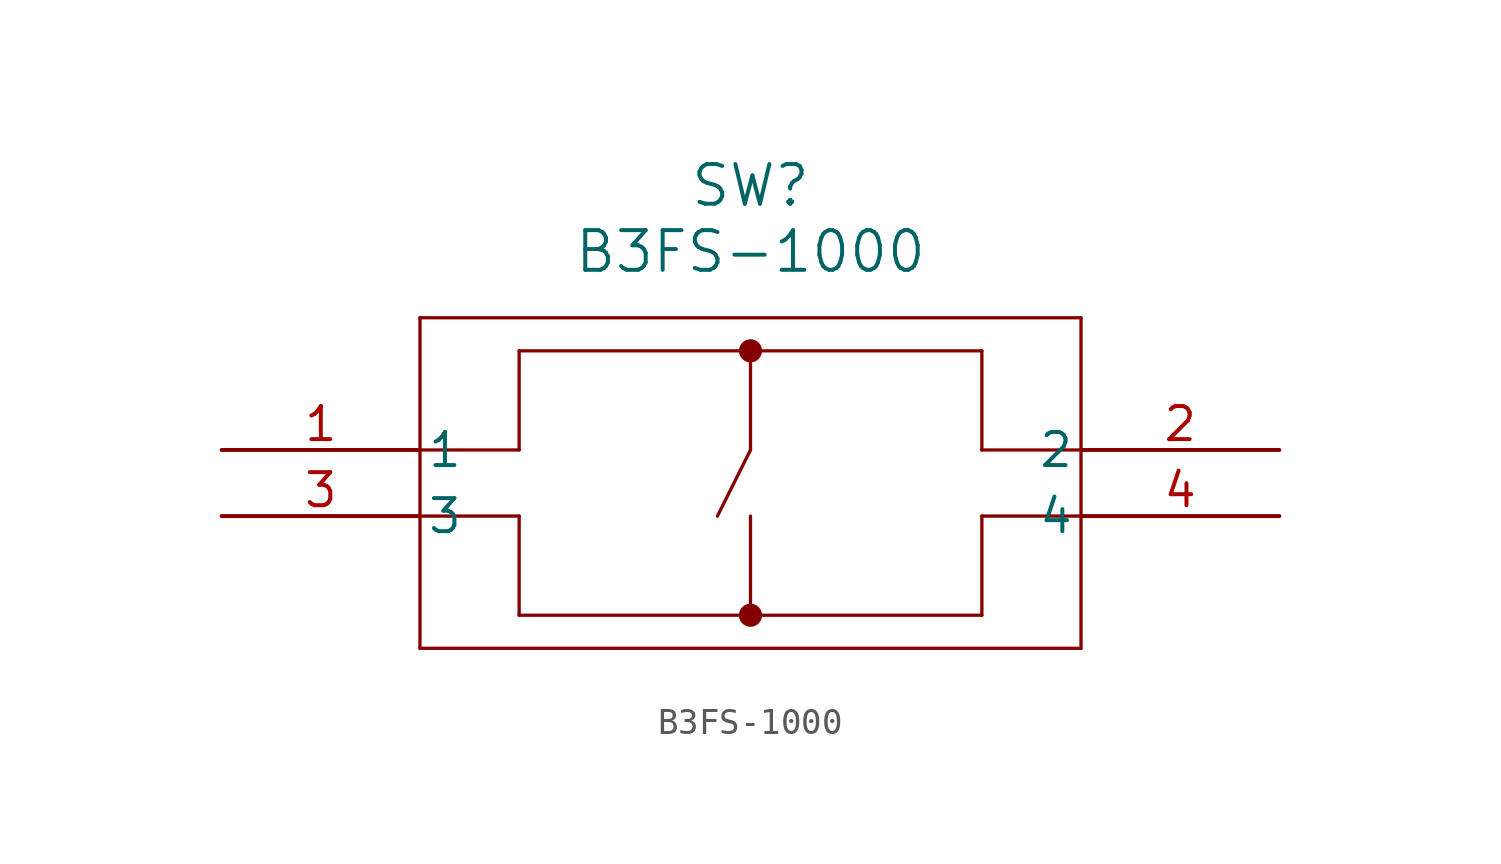
<source format=kicad_sym>
(kicad_symbol_lib
  (version 20211014)
  (generator kicad_symbol_editor)
  (symbol "B3FS-1000"
    (pin_names
      (offset 0.254))
    (property "Reference" "SW"
      (at 20.32 10.16 0)
      (effects (font (size 1.524 1.524))))
    (property "Value" "B3FS-1000"
      (at 20.32 7.62 0)
      (effects (font (size 1.524 1.524))))
    (symbol "B3FS-1000_0_1"
      (polyline (pts (xy 7.62 5.08) (xy 7.62 -7.62)) (stroke (width 0.127) (type default) (color 0 0 0 0)) (fill (type none)))
      (polyline (pts (xy 7.62 -7.62) (xy 33.02 -7.62)) (stroke (width 0.127) (type default) (color 0 0 0 0)) (fill (type none)))
      (polyline (pts (xy 33.02 -7.62) (xy 33.02 5.08)) (stroke (width 0.127) (type default) (color 0 0 0 0)) (fill (type none)))
      (polyline (pts (xy 33.02 5.08) (xy 7.62 5.08)) (stroke (width 0.127) (type default) (color 0 0 0 0)) (fill (type none)))
      (polyline (pts (xy 7.62 0) (xy 11.43 0)) (stroke (width 0.127) (type default) (color 0 0 0 0)) (fill (type none)))
      (polyline (pts (xy 7.62 -2.54) (xy 11.43 -2.54)) (stroke (width 0.127) (type default) (color 0 0 0 0)) (fill (type none)))
      (polyline (pts (xy 33.02 0) (xy 29.21 0)) (stroke (width 0.127) (type default) (color 0 0 0 0)) (fill (type none)))
      (polyline (pts (xy 29.21 -2.54) (xy 33.02 -2.54)) (stroke (width 0.127) (type default) (color 0 0 0 0)) (fill (type none)))
      (polyline (pts (xy 29.21 0) (xy 29.21 3.81)) (stroke (width 0.127) (type default) (color 0 0 0 0)) (fill (type none)))
      (polyline (pts (xy 29.21 3.81) (xy 11.43 3.81)) (stroke (width 0.127) (type default) (color 0 0 0 0)) (fill (type none)))
      (polyline (pts (xy 11.43 0) (xy 11.43 3.81)) (stroke (width 0.127) (type default) (color 0 0 0 0)) (fill (type none)))
      (polyline (pts (xy 11.43 -2.54) (xy 11.43 -6.35)) (stroke (width 0.127) (type default) (color 0 0 0 0)) (fill (type none)))
      (polyline (pts (xy 11.43 -6.35) (xy 29.21 -6.35)) (stroke (width 0.127) (type default) (color 0 0 0 0)) (fill (type none)))
      (polyline (pts (xy 29.21 -6.35) (xy 29.21 -2.54)) (stroke (width 0.127) (type default) (color 0 0 0 0)) (fill (type none)))
      (circle (center 20.32 3.81) (radius 0.254) (stroke (width 0.381) (type default) (color 0 0 0 0)) (fill (type none)))
      (circle (center 20.32 -6.35) (radius 0.254) (stroke (width 0.381) (type default) (color 0 0 0 0)) (fill (type none)))
      (polyline (pts (xy 20.32 3.81) (xy 20.32 0)) (stroke (width 0.127) (type default) (color 0 0 0 0)) (fill (type none)))
      (polyline (pts (xy 20.32 -2.54) (xy 20.32 -6.35)) (stroke (width 0.127) (type default) (color 0 0 0 0)) (fill (type none)))
      (polyline (pts (xy 20.32 0) (xy 19.05 -2.54)) (stroke (width 0.127) (type default) (color 0 0 0 0)) (fill (type none)))
      (pin unspecified line (at 0 0 0) (length 7.62) (name "1" (effects (font (size 1.27 1.27)))) (number "1" (effects (font (size 1.27 1.27)))))
      (pin unspecified line (at 40.64 0 180) (length 7.62) (name "2" (effects (font (size 1.27 1.27)))) (number "2" (effects (font (size 1.27 1.27)))))
      (pin unspecified line (at 0 -2.54 0) (length 7.62) (name "3" (effects (font (size 1.27 1.27)))) (number "3" (effects (font (size 1.27 1.27)))))
      (pin unspecified line (at 40.64 -2.54 180) (length 7.62) (name "4" (effects (font (size 1.27 1.27)))) (number "4" (effects (font (size 1.27 1.27))))))))
</source>
